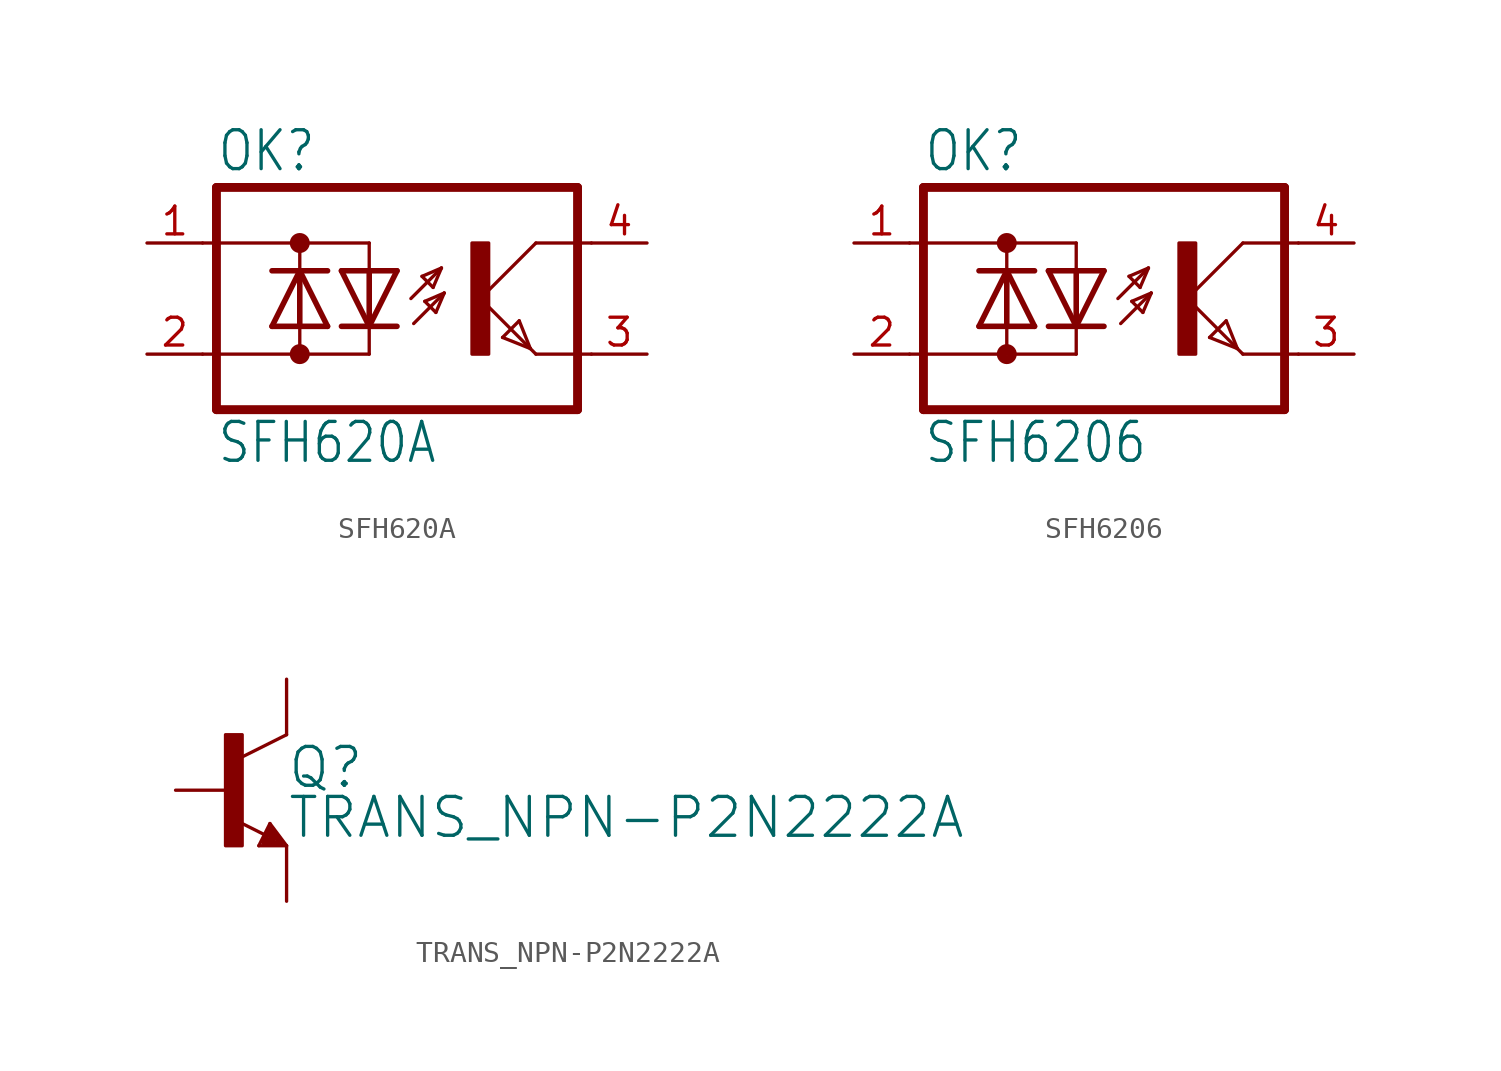
<source format=kicad_sym>
(kicad_symbol_lib
  (version 20220331)
  (generator kicad_symbol_editor)
  (symbol "SFH620A"
    (property "Reference" "OK"
      (at -6.985 5.715 0)
      (effects (font (size 1.778 1.511)) (justify left bottom)))
    (property "Value" "SFH620A"
      (at -6.985 -7.62 0)
      (effects (font (size 1.778 1.511)) (justify left bottom)))
    (property "ki_locked" ""
      (at 0 0 0)
      (effects (font (size 1.27 1.27))))
    (symbol "SFH620A_1_0"
      (circle (center -3.175 -2.54) (radius 0.254) (stroke (width 0.406) (type solid)) (fill (type none)))
      (circle (center -3.175 2.54) (radius 0.254) (stroke (width 0.406) (type solid)) (fill (type none)))
      (polyline (pts (xy -6.985 -5.08) (xy 9.525 -5.08)) (stroke (width 0.406) (type solid)) (fill (type none)))
      (polyline (pts (xy -6.985 5.08) (xy -6.985 -5.08)) (stroke (width 0.406) (type solid)) (fill (type none)))
      (polyline (pts (xy -6.985 5.08) (xy 9.525 5.08)) (stroke (width 0.406) (type solid)) (fill (type none)))
      (polyline (pts (xy -4.445 -1.27) (xy -3.175 -1.27)) (stroke (width 0.254) (type solid)) (fill (type none)))
      (polyline (pts (xy -4.445 -1.27) (xy -3.175 1.27)) (stroke (width 0.254) (type solid)) (fill (type none)))
      (polyline (pts (xy -4.445 1.27) (xy -3.175 1.27)) (stroke (width 0.254) (type solid)) (fill (type none)))
      (polyline (pts (xy -3.175 -2.54) (xy -7.62 -2.54)) (stroke (width 0.152) (type solid)) (fill (type none)))
      (polyline (pts (xy -3.175 -2.54) (xy -3.175 -1.27)) (stroke (width 0.152) (type solid)) (fill (type none)))
      (polyline (pts (xy -3.175 -2.54) (xy 0 -2.54)) (stroke (width 0.152) (type solid)) (fill (type none)))
      (polyline (pts (xy -3.175 -1.27) (xy -3.175 1.27)) (stroke (width 0.254) (type solid)) (fill (type none)))
      (polyline (pts (xy -3.175 -1.27) (xy -1.905 -1.27)) (stroke (width 0.254) (type solid)) (fill (type none)))
      (polyline (pts (xy -3.175 1.27) (xy -1.905 -1.27)) (stroke (width 0.254) (type solid)) (fill (type none)))
      (polyline (pts (xy -3.175 1.27) (xy -1.905 1.27)) (stroke (width 0.254) (type solid)) (fill (type none)))
      (polyline (pts (xy -3.175 2.54) (xy -7.62 2.54)) (stroke (width 0.152) (type solid)) (fill (type none)))
      (polyline (pts (xy -3.175 2.54) (xy -3.175 1.27)) (stroke (width 0.152) (type solid)) (fill (type none)))
      (polyline (pts (xy -3.175 2.54) (xy 0 2.54)) (stroke (width 0.152) (type solid)) (fill (type none)))
      (polyline (pts (xy 0 -2.54) (xy 0 -1.27)) (stroke (width 0.152) (type solid)) (fill (type none)))
      (polyline (pts (xy 0 -1.27) (xy -1.27 -1.27)) (stroke (width 0.254) (type solid)) (fill (type none)))
      (polyline (pts (xy 0 -1.27) (xy -1.27 1.27)) (stroke (width 0.254) (type solid)) (fill (type none)))
      (polyline (pts (xy 0 1.27) (xy -1.27 1.27)) (stroke (width 0.254) (type solid)) (fill (type none)))
      (polyline (pts (xy 0 1.27) (xy 0 -1.27)) (stroke (width 0.254) (type solid)) (fill (type none)))
      (polyline (pts (xy 0 2.54) (xy 0 1.27)) (stroke (width 0.152) (type solid)) (fill (type none)))
      (polyline (pts (xy 1.27 -1.27) (xy 0 -1.27)) (stroke (width 0.254) (type solid)) (fill (type none)))
      (polyline (pts (xy 1.27 1.27) (xy 0 -1.27)) (stroke (width 0.254) (type solid)) (fill (type none)))
      (polyline (pts (xy 1.27 1.27) (xy 0 1.27)) (stroke (width 0.254) (type solid)) (fill (type none)))
      (polyline (pts (xy 1.905 0) (xy 3.302 1.397)) (stroke (width 0.152) (type solid)) (fill (type none)))
      (polyline (pts (xy 2.032 -1.143) (xy 3.429 0.254)) (stroke (width 0.152) (type solid)) (fill (type none)))
      (polyline (pts (xy 2.413 1.016) (xy 2.921 0.508)) (stroke (width 0.152) (type solid)) (fill (type none)))
      (polyline (pts (xy 2.54 -0.127) (xy 3.048 -0.635)) (stroke (width 0.152) (type solid)) (fill (type none)))
      (polyline (pts (xy 2.921 0.508) (xy 3.302 1.397)) (stroke (width 0.152) (type solid)) (fill (type none)))
      (polyline (pts (xy 3.048 -0.635) (xy 3.429 0.254)) (stroke (width 0.152) (type solid)) (fill (type none)))
      (polyline (pts (xy 3.302 1.397) (xy 2.413 1.016)) (stroke (width 0.152) (type solid)) (fill (type none)))
      (polyline (pts (xy 3.429 0.254) (xy 2.54 -0.127)) (stroke (width 0.152) (type solid)) (fill (type none)))
      (polyline (pts (xy 5.08 0) (xy 7.366 -2.286)) (stroke (width 0.152) (type solid)) (fill (type none)))
      (polyline (pts (xy 6.096 -1.778) (xy 6.858 -1.016)) (stroke (width 0.152) (type solid)) (fill (type none)))
      (polyline (pts (xy 6.858 -1.016) (xy 7.366 -2.286)) (stroke (width 0.152) (type solid)) (fill (type none)))
      (polyline (pts (xy 7.366 -2.286) (xy 6.096 -1.778)) (stroke (width 0.152) (type solid)) (fill (type none)))
      (polyline (pts (xy 7.366 -2.286) (xy 7.62 -2.54)) (stroke (width 0.152) (type solid)) (fill (type none)))
      (polyline (pts (xy 7.62 -2.54) (xy 10.16 -2.54)) (stroke (width 0.152) (type solid)) (fill (type none)))
      (polyline (pts (xy 7.62 2.54) (xy 5.08 0)) (stroke (width 0.152) (type solid)) (fill (type none)))
      (polyline (pts (xy 7.62 2.54) (xy 10.16 2.54)) (stroke (width 0.152) (type solid)) (fill (type none)))
      (polyline (pts (xy 9.525 5.08) (xy 9.525 -5.08)) (stroke (width 0.406) (type solid)) (fill (type none)))
      (rectangle (start 4.699 -2.54) (end 5.461 2.54) (stroke (width 0) (type default)) (fill (type outline)))
      (pin passive line (at -10.16 2.54 0) (length 2.54) (name "AC1" (effects (font (size 0 0)))) (number "1" (effects (font (size 1.27 1.27)))))
      (pin passive line (at -10.16 -2.54 0) (length 2.54) (name "AC2" (effects (font (size 0 0)))) (number "2" (effects (font (size 1.27 1.27)))))
      (pin passive line (at 12.7 -2.54 180) (length 2.54) (name "E" (effects (font (size 0 0)))) (number "3" (effects (font (size 1.27 1.27)))))
      (pin passive line (at 12.7 2.54 180) (length 2.54) (name "C" (effects (font (size 0 0)))) (number "4" (effects (font (size 1.27 1.27)))))))
  (symbol "SFH6206"
    (property "Reference" "OK"
      (at -6.985 5.715 0)
      (effects (font (size 1.778 1.511)) (justify left bottom)))
    (property "Value" "SFH6206"
      (at -6.985 -7.62 0)
      (effects (font (size 1.778 1.511)) (justify left bottom)))
    (property "ki_locked" ""
      (at 0 0 0)
      (effects (font (size 1.27 1.27))))
    (symbol "SFH6206_1_0"
      (circle (center -3.175 -2.54) (radius 0.254) (stroke (width 0.406) (type solid)) (fill (type none)))
      (circle (center -3.175 2.54) (radius 0.254) (stroke (width 0.406) (type solid)) (fill (type none)))
      (polyline (pts (xy -6.985 -5.08) (xy 9.525 -5.08)) (stroke (width 0.406) (type solid)) (fill (type none)))
      (polyline (pts (xy -6.985 5.08) (xy -6.985 -5.08)) (stroke (width 0.406) (type solid)) (fill (type none)))
      (polyline (pts (xy -6.985 5.08) (xy 9.525 5.08)) (stroke (width 0.406) (type solid)) (fill (type none)))
      (polyline (pts (xy -4.445 -1.27) (xy -3.175 -1.27)) (stroke (width 0.254) (type solid)) (fill (type none)))
      (polyline (pts (xy -4.445 -1.27) (xy -3.175 1.27)) (stroke (width 0.254) (type solid)) (fill (type none)))
      (polyline (pts (xy -4.445 1.27) (xy -3.175 1.27)) (stroke (width 0.254) (type solid)) (fill (type none)))
      (polyline (pts (xy -3.175 -2.54) (xy -7.62 -2.54)) (stroke (width 0.152) (type solid)) (fill (type none)))
      (polyline (pts (xy -3.175 -2.54) (xy -3.175 -1.27)) (stroke (width 0.152) (type solid)) (fill (type none)))
      (polyline (pts (xy -3.175 -2.54) (xy 0 -2.54)) (stroke (width 0.152) (type solid)) (fill (type none)))
      (polyline (pts (xy -3.175 -1.27) (xy -3.175 1.27)) (stroke (width 0.254) (type solid)) (fill (type none)))
      (polyline (pts (xy -3.175 -1.27) (xy -1.905 -1.27)) (stroke (width 0.254) (type solid)) (fill (type none)))
      (polyline (pts (xy -3.175 1.27) (xy -1.905 -1.27)) (stroke (width 0.254) (type solid)) (fill (type none)))
      (polyline (pts (xy -3.175 1.27) (xy -1.905 1.27)) (stroke (width 0.254) (type solid)) (fill (type none)))
      (polyline (pts (xy -3.175 2.54) (xy -7.62 2.54)) (stroke (width 0.152) (type solid)) (fill (type none)))
      (polyline (pts (xy -3.175 2.54) (xy -3.175 1.27)) (stroke (width 0.152) (type solid)) (fill (type none)))
      (polyline (pts (xy -3.175 2.54) (xy 0 2.54)) (stroke (width 0.152) (type solid)) (fill (type none)))
      (polyline (pts (xy 0 -2.54) (xy 0 -1.27)) (stroke (width 0.152) (type solid)) (fill (type none)))
      (polyline (pts (xy 0 -1.27) (xy -1.27 -1.27)) (stroke (width 0.254) (type solid)) (fill (type none)))
      (polyline (pts (xy 0 -1.27) (xy -1.27 1.27)) (stroke (width 0.254) (type solid)) (fill (type none)))
      (polyline (pts (xy 0 1.27) (xy -1.27 1.27)) (stroke (width 0.254) (type solid)) (fill (type none)))
      (polyline (pts (xy 0 1.27) (xy 0 -1.27)) (stroke (width 0.254) (type solid)) (fill (type none)))
      (polyline (pts (xy 0 2.54) (xy 0 1.27)) (stroke (width 0.152) (type solid)) (fill (type none)))
      (polyline (pts (xy 1.27 -1.27) (xy 0 -1.27)) (stroke (width 0.254) (type solid)) (fill (type none)))
      (polyline (pts (xy 1.27 1.27) (xy 0 -1.27)) (stroke (width 0.254) (type solid)) (fill (type none)))
      (polyline (pts (xy 1.27 1.27) (xy 0 1.27)) (stroke (width 0.254) (type solid)) (fill (type none)))
      (polyline (pts (xy 1.905 0) (xy 3.302 1.397)) (stroke (width 0.152) (type solid)) (fill (type none)))
      (polyline (pts (xy 2.032 -1.143) (xy 3.429 0.254)) (stroke (width 0.152) (type solid)) (fill (type none)))
      (polyline (pts (xy 2.413 1.016) (xy 2.921 0.508)) (stroke (width 0.152) (type solid)) (fill (type none)))
      (polyline (pts (xy 2.54 -0.127) (xy 3.048 -0.635)) (stroke (width 0.152) (type solid)) (fill (type none)))
      (polyline (pts (xy 2.921 0.508) (xy 3.302 1.397)) (stroke (width 0.152) (type solid)) (fill (type none)))
      (polyline (pts (xy 3.048 -0.635) (xy 3.429 0.254)) (stroke (width 0.152) (type solid)) (fill (type none)))
      (polyline (pts (xy 3.302 1.397) (xy 2.413 1.016)) (stroke (width 0.152) (type solid)) (fill (type none)))
      (polyline (pts (xy 3.429 0.254) (xy 2.54 -0.127)) (stroke (width 0.152) (type solid)) (fill (type none)))
      (polyline (pts (xy 5.08 0) (xy 7.366 -2.286)) (stroke (width 0.152) (type solid)) (fill (type none)))
      (polyline (pts (xy 6.096 -1.778) (xy 6.858 -1.016)) (stroke (width 0.152) (type solid)) (fill (type none)))
      (polyline (pts (xy 6.858 -1.016) (xy 7.366 -2.286)) (stroke (width 0.152) (type solid)) (fill (type none)))
      (polyline (pts (xy 7.366 -2.286) (xy 6.096 -1.778)) (stroke (width 0.152) (type solid)) (fill (type none)))
      (polyline (pts (xy 7.366 -2.286) (xy 7.62 -2.54)) (stroke (width 0.152) (type solid)) (fill (type none)))
      (polyline (pts (xy 7.62 -2.54) (xy 10.16 -2.54)) (stroke (width 0.152) (type solid)) (fill (type none)))
      (polyline (pts (xy 7.62 2.54) (xy 5.08 0)) (stroke (width 0.152) (type solid)) (fill (type none)))
      (polyline (pts (xy 7.62 2.54) (xy 10.16 2.54)) (stroke (width 0.152) (type solid)) (fill (type none)))
      (polyline (pts (xy 9.525 5.08) (xy 9.525 -5.08)) (stroke (width 0.406) (type solid)) (fill (type none)))
      (rectangle (start 4.699 -2.54) (end 5.461 2.54) (stroke (width 0) (type default)) (fill (type outline)))
      (pin passive line (at -10.16 2.54 0) (length 2.54) (name "AC1" (effects (font (size 0 0)))) (number "1" (effects (font (size 1.27 1.27)))))
      (pin passive line (at -10.16 -2.54 0) (length 2.54) (name "AC2" (effects (font (size 0 0)))) (number "2" (effects (font (size 1.27 1.27)))))
      (pin passive line (at 12.7 -2.54 180) (length 2.54) (name "E" (effects (font (size 0 0)))) (number "3" (effects (font (size 1.27 1.27)))))
      (pin passive line (at 12.7 2.54 180) (length 2.54) (name "C" (effects (font (size 0 0)))) (number "4" (effects (font (size 1.27 1.27)))))))
  (symbol "TRANS_NPN-P2N2222A"
    (property "Reference" "Q"
      (at 2.54 0 0)
      (effects (font (size 1.778 1.778)) (justify left bottom)))
    (property "Value" "TRANS_NPN-P2N2222A"
      (at 2.54 -2.286 0)
      (effects (font (size 1.778 1.778)) (justify left bottom)))
    (property "ki_locked" ""
      (at 0 0 0)
      (effects (font (size 1.27 1.27))))
    (symbol "TRANS_NPN-P2N2222A_1_0"
      (rectangle (start -0.254 -2.54) (end 0.508 2.54) (stroke (width 0) (type default)) (fill (type outline)))
      (polyline (pts (xy 1.27 -2.54) (xy 1.778 -1.524)) (stroke (width 0.152) (type solid)) (fill (type none)))
      (polyline (pts (xy 1.524 -2.413) (xy 2.286 -2.413)) (stroke (width 0.254) (type solid)) (fill (type none)))
      (polyline (pts (xy 1.524 -2.286) (xy 1.905 -2.286)) (stroke (width 0.254) (type solid)) (fill (type none)))
      (polyline (pts (xy 1.54 -2.04) (xy 0.308 -1.424)) (stroke (width 0.152) (type solid)) (fill (type none)))
      (polyline (pts (xy 1.778 -1.778) (xy 1.524 -2.286)) (stroke (width 0.254) (type solid)) (fill (type none)))
      (polyline (pts (xy 1.778 -1.524) (xy 2.54 -2.54)) (stroke (width 0.152) (type solid)) (fill (type none)))
      (polyline (pts (xy 1.905 -2.286) (xy 1.778 -2.032)) (stroke (width 0.254) (type solid)) (fill (type none)))
      (polyline (pts (xy 2.286 -2.413) (xy 1.778 -1.778)) (stroke (width 0.254) (type solid)) (fill (type none)))
      (polyline (pts (xy 2.54 -2.54) (xy 1.27 -2.54)) (stroke (width 0.152) (type solid)) (fill (type none)))
      (polyline (pts (xy 2.54 2.54) (xy 0.508 1.524)) (stroke (width 0.152) (type solid)) (fill (type none)))
      (pin passive line (at 2.54 5.08 270) (length 2.54) (name "C" (effects (font (size 0 0)))) (number "1" (effects (font (size 0 0)))))
      (pin passive line (at -2.54 0 0) (length 2.54) (name "B" (effects (font (size 0 0)))) (number "2" (effects (font (size 0 0)))))
      (pin passive line (at 2.54 -5.08 90) (length 2.54) (name "E" (effects (font (size 0 0)))) (number "3" (effects (font (size 0 0))))))))
</source>
